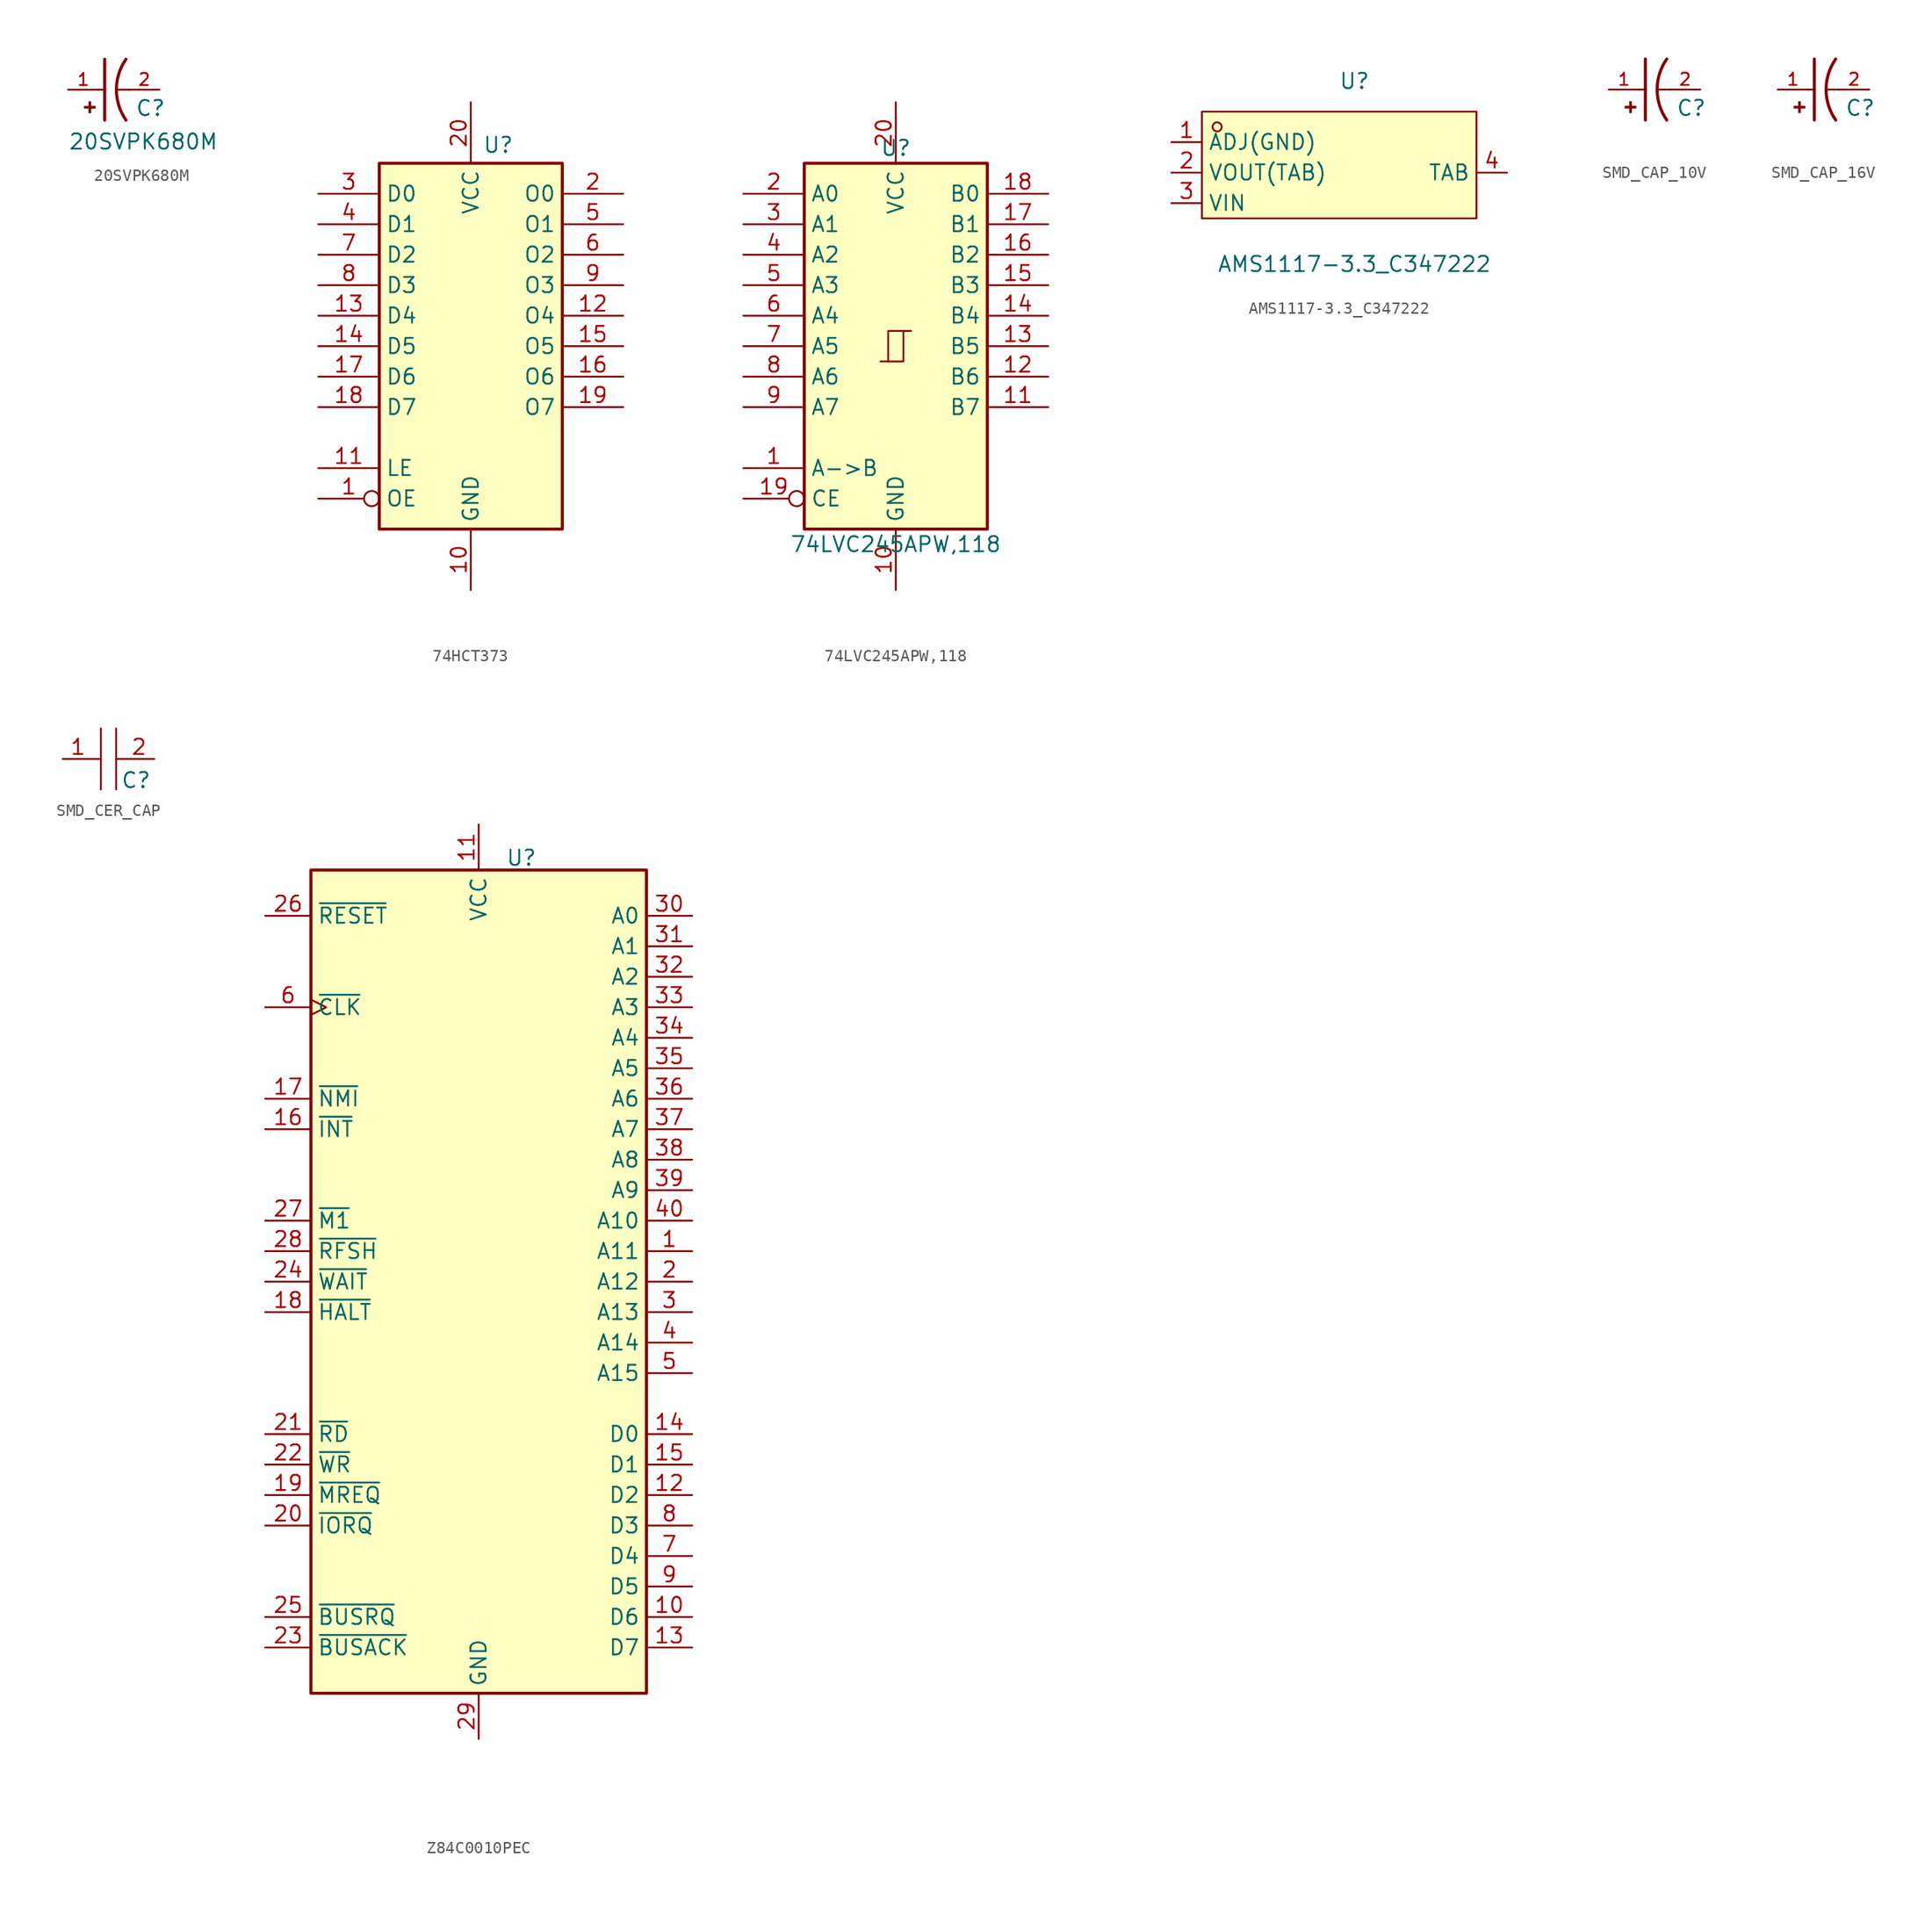
<source format=kicad_sym>
(kicad_symbol_lib
  (version 20231120)
  (generator "kicad_symbol_editor")
  (generator_version "8.0")
  (symbol "20SVPK680M"
    (pin_names
      (offset 1.016))
    (property "Reference" "C"
      (at 3.048 -2.286 0)
      (effects (font (size 1.27 1.27)) (justify left bottom)))
    (property "Value" "20SVPK680M"
      (at -2.54 -5.08 0)
      (effects (font (size 1.27 1.27)) (justify left bottom)))
    (symbol "20SVPK680M_0_0"
      (rectangle (start -1.173 -1.532) (end -0.284 -1.405) (stroke (width 0.1) (type default)) (fill (type outline)))
      (rectangle (start -0.792 -1.913) (end -0.665 -1.024) (stroke (width 0.1) (type default)) (fill (type outline)))
      (polyline (pts (xy 0 0) (xy 0.508 0)) (stroke (width 0.152) (type default)) (fill (type none)))
      (polyline (pts (xy 0.508 0) (xy 0.508 -2.54)) (stroke (width 0.254) (type default)) (fill (type none)))
      (polyline (pts (xy 0.508 2.54) (xy 0.508 0)) (stroke (width 0.254) (type default)) (fill (type none)))
      (polyline (pts (xy 2.54 0) (xy 1.524 0)) (stroke (width 0.152) (type default)) (fill (type none)))
      (arc (start 2.286 2.54) (mid 1.4851 0) (end 2.286 -2.54) (stroke (width 0.254) (type default)) (fill (type none)))
      (pin passive line (at -2.54 0 0) (length 2.54) (name "~" (effects (font (size 1.016 1.016)))) (number "1" (effects (font (size 1.016 1.016)))))
      (pin passive line (at 5.08 0 180) (length 2.54) (name "~" (effects (font (size 1.016 1.016)))) (number "2" (effects (font (size 1.016 1.016)))))))
  (symbol "74HCT373"
    (property "Reference" "U"
      (at 2.286 16.764 0)
      (effects (font (size 1.27 1.27))))
    (property "Value" ""
      (at 0 0 0)
      (effects (font (size 1.27 1.27))))
    (symbol "74HCT373_1_0"
      (pin input inverted (at -12.7 -12.7 0) (length 5.08) (name "OE" (effects (font (size 1.27 1.27)))) (number "1" (effects (font (size 1.27 1.27)))))
      (pin power_in line (at 0 -20.32 90) (length 5.08) (name "GND" (effects (font (size 1.27 1.27)))) (number "10" (effects (font (size 1.27 1.27)))))
      (pin input line (at -12.7 -10.16 0) (length 5.08) (name "LE" (effects (font (size 1.27 1.27)))) (number "11" (effects (font (size 1.27 1.27)))))
      (pin tri_state line (at 12.7 2.54 180) (length 5.08) (name "O4" (effects (font (size 1.27 1.27)))) (number "12" (effects (font (size 1.27 1.27)))))
      (pin input line (at -12.7 2.54 0) (length 5.08) (name "D4" (effects (font (size 1.27 1.27)))) (number "13" (effects (font (size 1.27 1.27)))))
      (pin input line (at -12.7 0 0) (length 5.08) (name "D5" (effects (font (size 1.27 1.27)))) (number "14" (effects (font (size 1.27 1.27)))))
      (pin tri_state line (at 12.7 0 180) (length 5.08) (name "O5" (effects (font (size 1.27 1.27)))) (number "15" (effects (font (size 1.27 1.27)))))
      (pin tri_state line (at 12.7 -2.54 180) (length 5.08) (name "O6" (effects (font (size 1.27 1.27)))) (number "16" (effects (font (size 1.27 1.27)))))
      (pin input line (at -12.7 -2.54 0) (length 5.08) (name "D6" (effects (font (size 1.27 1.27)))) (number "17" (effects (font (size 1.27 1.27)))))
      (pin input line (at -12.7 -5.08 0) (length 5.08) (name "D7" (effects (font (size 1.27 1.27)))) (number "18" (effects (font (size 1.27 1.27)))))
      (pin tri_state line (at 12.7 -5.08 180) (length 5.08) (name "O7" (effects (font (size 1.27 1.27)))) (number "19" (effects (font (size 1.27 1.27)))))
      (pin tri_state line (at 12.7 12.7 180) (length 5.08) (name "O0" (effects (font (size 1.27 1.27)))) (number "2" (effects (font (size 1.27 1.27)))))
      (pin power_in line (at 0 20.32 270) (length 5.08) (name "VCC" (effects (font (size 1.27 1.27)))) (number "20" (effects (font (size 1.27 1.27)))))
      (pin input line (at -12.7 12.7 0) (length 5.08) (name "D0" (effects (font (size 1.27 1.27)))) (number "3" (effects (font (size 1.27 1.27)))))
      (pin input line (at -12.7 10.16 0) (length 5.08) (name "D1" (effects (font (size 1.27 1.27)))) (number "4" (effects (font (size 1.27 1.27)))))
      (pin tri_state line (at 12.7 10.16 180) (length 5.08) (name "O1" (effects (font (size 1.27 1.27)))) (number "5" (effects (font (size 1.27 1.27)))))
      (pin tri_state line (at 12.7 7.62 180) (length 5.08) (name "O2" (effects (font (size 1.27 1.27)))) (number "6" (effects (font (size 1.27 1.27)))))
      (pin input line (at -12.7 7.62 0) (length 5.08) (name "D2" (effects (font (size 1.27 1.27)))) (number "7" (effects (font (size 1.27 1.27)))))
      (pin input line (at -12.7 5.08 0) (length 5.08) (name "D3" (effects (font (size 1.27 1.27)))) (number "8" (effects (font (size 1.27 1.27)))))
      (pin tri_state line (at 12.7 5.08 180) (length 5.08) (name "O3" (effects (font (size 1.27 1.27)))) (number "9" (effects (font (size 1.27 1.27))))))
    (symbol "74HCT373_1_1"
      (rectangle (start -7.62 15.24) (end 7.62 -15.24) (stroke (width 0.254) (type default)) (fill (type background)))))
  (symbol "74LVC245APW,118"
    (property "Reference" "U"
      (at 0 16.51 0)
      (effects (font (size 1.27 1.27))))
    (property "Value" "74LVC245APW,118"
      (at 0 -16.51 0)
      (effects (font (size 1.27 1.27))))
    (symbol "74LVC245APW,118_1_0"
      (polyline (pts (xy -0.635 -1.27) (xy -0.635 1.27) (xy 0.635 1.27)) (stroke (width 0) (type default)) (fill (type none)))
      (polyline (pts (xy -1.27 -1.27) (xy 0.635 -1.27) (xy 0.635 1.27) (xy 1.27 1.27)) (stroke (width 0) (type default)) (fill (type none)))
      (pin input line (at -12.7 -10.16 0) (length 5.08) (name "A->B" (effects (font (size 1.27 1.27)))) (number "1" (effects (font (size 1.27 1.27)))))
      (pin power_in line (at 0 -20.32 90) (length 5.08) (name "GND" (effects (font (size 1.27 1.27)))) (number "10" (effects (font (size 1.27 1.27)))))
      (pin tri_state line (at 12.7 -5.08 180) (length 5.08) (name "B7" (effects (font (size 1.27 1.27)))) (number "11" (effects (font (size 1.27 1.27)))))
      (pin tri_state line (at 12.7 -2.54 180) (length 5.08) (name "B6" (effects (font (size 1.27 1.27)))) (number "12" (effects (font (size 1.27 1.27)))))
      (pin tri_state line (at 12.7 0 180) (length 5.08) (name "B5" (effects (font (size 1.27 1.27)))) (number "13" (effects (font (size 1.27 1.27)))))
      (pin tri_state line (at 12.7 2.54 180) (length 5.08) (name "B4" (effects (font (size 1.27 1.27)))) (number "14" (effects (font (size 1.27 1.27)))))
      (pin tri_state line (at 12.7 5.08 180) (length 5.08) (name "B3" (effects (font (size 1.27 1.27)))) (number "15" (effects (font (size 1.27 1.27)))))
      (pin tri_state line (at 12.7 7.62 180) (length 5.08) (name "B2" (effects (font (size 1.27 1.27)))) (number "16" (effects (font (size 1.27 1.27)))))
      (pin tri_state line (at 12.7 10.16 180) (length 5.08) (name "B1" (effects (font (size 1.27 1.27)))) (number "17" (effects (font (size 1.27 1.27)))))
      (pin tri_state line (at 12.7 12.7 180) (length 5.08) (name "B0" (effects (font (size 1.27 1.27)))) (number "18" (effects (font (size 1.27 1.27)))))
      (pin input inverted (at -12.7 -12.7 0) (length 5.08) (name "CE" (effects (font (size 1.27 1.27)))) (number "19" (effects (font (size 1.27 1.27)))))
      (pin tri_state line (at -12.7 12.7 0) (length 5.08) (name "A0" (effects (font (size 1.27 1.27)))) (number "2" (effects (font (size 1.27 1.27)))))
      (pin power_in line (at 0 20.32 270) (length 5.08) (name "VCC" (effects (font (size 1.27 1.27)))) (number "20" (effects (font (size 1.27 1.27)))))
      (pin tri_state line (at -12.7 10.16 0) (length 5.08) (name "A1" (effects (font (size 1.27 1.27)))) (number "3" (effects (font (size 1.27 1.27)))))
      (pin tri_state line (at -12.7 7.62 0) (length 5.08) (name "A2" (effects (font (size 1.27 1.27)))) (number "4" (effects (font (size 1.27 1.27)))))
      (pin tri_state line (at -12.7 5.08 0) (length 5.08) (name "A3" (effects (font (size 1.27 1.27)))) (number "5" (effects (font (size 1.27 1.27)))))
      (pin tri_state line (at -12.7 2.54 0) (length 5.08) (name "A4" (effects (font (size 1.27 1.27)))) (number "6" (effects (font (size 1.27 1.27)))))
      (pin tri_state line (at -12.7 0 0) (length 5.08) (name "A5" (effects (font (size 1.27 1.27)))) (number "7" (effects (font (size 1.27 1.27)))))
      (pin tri_state line (at -12.7 -2.54 0) (length 5.08) (name "A6" (effects (font (size 1.27 1.27)))) (number "8" (effects (font (size 1.27 1.27)))))
      (pin tri_state line (at -12.7 -5.08 0) (length 5.08) (name "A7" (effects (font (size 1.27 1.27)))) (number "9" (effects (font (size 1.27 1.27))))))
    (symbol "74LVC245APW,118_1_1"
      (rectangle (start -7.62 15.24) (end 7.62 -15.24) (stroke (width 0.254) (type default)) (fill (type background)))))
  (symbol "AMS1117-3.3_C347222"
    (property "Reference" "U"
      (at 0 7.62 0)
      (effects (font (size 1.27 1.27))))
    (property "Value" "AMS1117-3.3_C347222"
      (at 0 -7.62 0)
      (effects (font (size 1.27 1.27))))
    (symbol "AMS1117-3.3_C347222_0_1"
      (rectangle (start -12.7 5.08) (end 10.16 -3.81) (stroke (width 0) (type default)) (fill (type background)))
      (circle (center -11.43 3.81) (radius 0.38) (stroke (width 0) (type default)) (fill (type none)))
      (pin unspecified line (at -15.24 2.54 0) (length 2.54) (name "ADJ(GND)" (effects (font (size 1.27 1.27)))) (number "1" (effects (font (size 1.27 1.27)))))
      (pin unspecified line (at -15.24 0 0) (length 2.54) (name "VOUT(TAB)" (effects (font (size 1.27 1.27)))) (number "2" (effects (font (size 1.27 1.27)))))
      (pin unspecified line (at -15.24 -2.54 0) (length 2.54) (name "VIN" (effects (font (size 1.27 1.27)))) (number "3" (effects (font (size 1.27 1.27)))))
      (pin unspecified line (at 12.7 0 180) (length 2.54) (name "TAB" (effects (font (size 1.27 1.27)))) (number "4" (effects (font (size 1.27 1.27)))))))
  (symbol "SMD_CAP_10V"
    (pin_names
      (offset 1.016))
    (property "Reference" "C"
      (at 3.048 -2.286 0)
      (effects (font (size 1.27 1.27)) (justify left bottom)))
    (property "Value" ""
      (at -2.54 -5.08 0)
      (effects (font (size 1.27 1.27)) (justify left bottom)))
    (symbol "SMD_CAP_10V_0_0"
      (rectangle (start -1.173 -1.532) (end -0.284 -1.405) (stroke (width 0.1) (type default)) (fill (type outline)))
      (rectangle (start -0.792 -1.913) (end -0.665 -1.024) (stroke (width 0.1) (type default)) (fill (type outline)))
      (polyline (pts (xy 0 0) (xy 0.508 0)) (stroke (width 0.152) (type default)) (fill (type none)))
      (polyline (pts (xy 0.508 0) (xy 0.508 -2.54)) (stroke (width 0.254) (type default)) (fill (type none)))
      (polyline (pts (xy 0.508 2.54) (xy 0.508 0)) (stroke (width 0.254) (type default)) (fill (type none)))
      (polyline (pts (xy 2.54 0) (xy 1.524 0)) (stroke (width 0.152) (type default)) (fill (type none)))
      (arc (start 2.286 2.54) (mid 1.4851 0) (end 2.286 -2.54) (stroke (width 0.254) (type default)) (fill (type none)))
      (pin passive line (at 5.08 0 180) (length 2.54) (name "~" (effects (font (size 1.016 1.016)))) (number "2" (effects (font (size 1.016 1.016))))))
    (symbol "SMD_CAP_10V_1_0"
      (pin passive line (at -2.54 0 0) (length 2.54) (name "" (effects (font (size 1.016 1.016)))) (number "1" (effects (font (size 1.016 1.016)))))))
  (symbol "SMD_CAP_16V"
    (pin_names
      (offset 1.016))
    (property "Reference" "C"
      (at 3.048 -2.286 0)
      (effects (font (size 1.27 1.27)) (justify left bottom)))
    (property "Value" ""
      (at -2.54 -5.08 0)
      (effects (font (size 1.27 1.27)) (justify left bottom)))
    (symbol "SMD_CAP_16V_0_0"
      (rectangle (start -1.173 -1.532) (end -0.284 -1.405) (stroke (width 0.1) (type default)) (fill (type outline)))
      (rectangle (start -0.792 -1.913) (end -0.665 -1.024) (stroke (width 0.1) (type default)) (fill (type outline)))
      (polyline (pts (xy 0 0) (xy 0.508 0)) (stroke (width 0.152) (type default)) (fill (type none)))
      (polyline (pts (xy 0.508 0) (xy 0.508 -2.54)) (stroke (width 0.254) (type default)) (fill (type none)))
      (polyline (pts (xy 0.508 2.54) (xy 0.508 0)) (stroke (width 0.254) (type default)) (fill (type none)))
      (polyline (pts (xy 2.54 0) (xy 1.524 0)) (stroke (width 0.152) (type default)) (fill (type none)))
      (arc (start 2.286 2.54) (mid 1.4851 0) (end 2.286 -2.54) (stroke (width 0.254) (type default)) (fill (type none)))
      (pin passive line (at 5.08 0 180) (length 2.54) (name "~" (effects (font (size 1.016 1.016)))) (number "2" (effects (font (size 1.016 1.016))))))
    (symbol "SMD_CAP_16V_1_0"
      (pin passive line (at -2.54 0 0) (length 2.54) (name "" (effects (font (size 1.016 1.016)))) (number "1" (effects (font (size 1.016 1.016)))))))
  (symbol "SMD_CER_CAP"
    (property "Reference" "C"
      (at 1.016 -1.778 0)
      (effects (font (size 1.27 1.27))))
    (property "Value" ""
      (at -1.27 0 0)
      (effects (font (size 1.27 1.27))))
    (symbol "SMD_CER_CAP_0_0"
      (pin unspecified line (at -5.08 0 0) (length 2.54) (name "" (effects (font (size 1.27 1.27)))) (number "1" (effects (font (size 1.27 1.27)))))
      (pin unspecified line (at 2.54 0 180) (length 2.54) (name "" (effects (font (size 1.27 1.27)))) (number "2" (effects (font (size 1.27 1.27))))))
    (symbol "SMD_CER_CAP_0_1"
      (polyline (pts (xy -2.54 0) (xy -1.905 0)) (stroke (width 0) (type default)) (fill (type none)))
      (polyline (pts (xy -1.905 -2.54) (xy -1.905 2.54)) (stroke (width 0) (type default)) (fill (type none)))
      (polyline (pts (xy -0.635 -2.54) (xy -0.635 2.54)) (stroke (width 0) (type default)) (fill (type none)))
      (polyline (pts (xy -0.635 0) (xy 0 0)) (stroke (width 0) (type default)) (fill (type none)))))
  (symbol "Z84C0010PEC"
    (property "Reference" "U"
      (at 3.556 35.306 0)
      (effects (font (size 1.27 1.27))))
    (property "Value" ""
      (at -0.508 38.608 0)
      (effects (font (size 1.27 1.27))))
    (symbol "Z84C0010PEC_0_1"
      (rectangle (start -13.97 34.29) (end 13.97 -34.29) (stroke (width 0.254) (type default)) (fill (type background))))
    (symbol "Z84C0010PEC_1_1"
      (pin output line (at 17.78 2.54 180) (length 3.81) (name "A11" (effects (font (size 1.27 1.27)))) (number "1" (effects (font (size 1.27 1.27)))))
      (pin bidirectional line (at 17.78 -27.94 180) (length 3.81) (name "D6" (effects (font (size 1.27 1.27)))) (number "10" (effects (font (size 1.27 1.27)))))
      (pin power_in line (at 0 38.1 270) (length 3.81) (name "VCC" (effects (font (size 1.27 1.27)))) (number "11" (effects (font (size 1.27 1.27)))))
      (pin bidirectional line (at 17.78 -17.78 180) (length 3.81) (name "D2" (effects (font (size 1.27 1.27)))) (number "12" (effects (font (size 1.27 1.27)))))
      (pin bidirectional line (at 17.78 -30.48 180) (length 3.81) (name "D7" (effects (font (size 1.27 1.27)))) (number "13" (effects (font (size 1.27 1.27)))))
      (pin bidirectional line (at 17.78 -12.7 180) (length 3.81) (name "D0" (effects (font (size 1.27 1.27)))) (number "14" (effects (font (size 1.27 1.27)))))
      (pin bidirectional line (at 17.78 -15.24 180) (length 3.81) (name "D1" (effects (font (size 1.27 1.27)))) (number "15" (effects (font (size 1.27 1.27)))))
      (pin input line (at -17.78 12.7 0) (length 3.81) (name "~{INT}" (effects (font (size 1.27 1.27)))) (number "16" (effects (font (size 1.27 1.27)))))
      (pin input line (at -17.78 15.24 0) (length 3.81) (name "~{NMI}" (effects (font (size 1.27 1.27)))) (number "17" (effects (font (size 1.27 1.27)))))
      (pin output line (at -17.78 -2.54 0) (length 3.81) (name "~{HALT}" (effects (font (size 1.27 1.27)))) (number "18" (effects (font (size 1.27 1.27)))))
      (pin output line (at -17.78 -17.78 0) (length 3.81) (name "~{MREQ}" (effects (font (size 1.27 1.27)))) (number "19" (effects (font (size 1.27 1.27)))))
      (pin output line (at 17.78 0 180) (length 3.81) (name "A12" (effects (font (size 1.27 1.27)))) (number "2" (effects (font (size 1.27 1.27)))))
      (pin output line (at -17.78 -20.32 0) (length 3.81) (name "~{IORQ}" (effects (font (size 1.27 1.27)))) (number "20" (effects (font (size 1.27 1.27)))))
      (pin output line (at -17.78 -12.7 0) (length 3.81) (name "~{RD}" (effects (font (size 1.27 1.27)))) (number "21" (effects (font (size 1.27 1.27)))))
      (pin output line (at -17.78 -15.24 0) (length 3.81) (name "~{WR}" (effects (font (size 1.27 1.27)))) (number "22" (effects (font (size 1.27 1.27)))))
      (pin output line (at -17.78 -30.48 0) (length 3.81) (name "~{BUSACK}" (effects (font (size 1.27 1.27)))) (number "23" (effects (font (size 1.27 1.27)))))
      (pin input line (at -17.78 0 0) (length 3.81) (name "~{WAIT}" (effects (font (size 1.27 1.27)))) (number "24" (effects (font (size 1.27 1.27)))))
      (pin input line (at -17.78 -27.94 0) (length 3.81) (name "~{BUSRQ}" (effects (font (size 1.27 1.27)))) (number "25" (effects (font (size 1.27 1.27)))))
      (pin input line (at -17.78 30.48 0) (length 3.81) (name "~{RESET}" (effects (font (size 1.27 1.27)))) (number "26" (effects (font (size 1.27 1.27)))))
      (pin output line (at -17.78 5.08 0) (length 3.81) (name "~{M1}" (effects (font (size 1.27 1.27)))) (number "27" (effects (font (size 1.27 1.27)))))
      (pin output line (at -17.78 2.54 0) (length 3.81) (name "~{RFSH}" (effects (font (size 1.27 1.27)))) (number "28" (effects (font (size 1.27 1.27)))))
      (pin power_in line (at 0 -38.1 90) (length 3.81) (name "GND" (effects (font (size 1.27 1.27)))) (number "29" (effects (font (size 1.27 1.27)))))
      (pin output line (at 17.78 -2.54 180) (length 3.81) (name "A13" (effects (font (size 1.27 1.27)))) (number "3" (effects (font (size 1.27 1.27)))))
      (pin output line (at 17.78 30.48 180) (length 3.81) (name "A0" (effects (font (size 1.27 1.27)))) (number "30" (effects (font (size 1.27 1.27)))))
      (pin output line (at 17.78 27.94 180) (length 3.81) (name "A1" (effects (font (size 1.27 1.27)))) (number "31" (effects (font (size 1.27 1.27)))))
      (pin output line (at 17.78 25.4 180) (length 3.81) (name "A2" (effects (font (size 1.27 1.27)))) (number "32" (effects (font (size 1.27 1.27)))))
      (pin output line (at 17.78 22.86 180) (length 3.81) (name "A3" (effects (font (size 1.27 1.27)))) (number "33" (effects (font (size 1.27 1.27)))))
      (pin output line (at 17.78 20.32 180) (length 3.81) (name "A4" (effects (font (size 1.27 1.27)))) (number "34" (effects (font (size 1.27 1.27)))))
      (pin output line (at 17.78 17.78 180) (length 3.81) (name "A5" (effects (font (size 1.27 1.27)))) (number "35" (effects (font (size 1.27 1.27)))))
      (pin output line (at 17.78 15.24 180) (length 3.81) (name "A6" (effects (font (size 1.27 1.27)))) (number "36" (effects (font (size 1.27 1.27)))))
      (pin output line (at 17.78 12.7 180) (length 3.81) (name "A7" (effects (font (size 1.27 1.27)))) (number "37" (effects (font (size 1.27 1.27)))))
      (pin output line (at 17.78 10.16 180) (length 3.81) (name "A8" (effects (font (size 1.27 1.27)))) (number "38" (effects (font (size 1.27 1.27)))))
      (pin output line (at 17.78 7.62 180) (length 3.81) (name "A9" (effects (font (size 1.27 1.27)))) (number "39" (effects (font (size 1.27 1.27)))))
      (pin output line (at 17.78 -5.08 180) (length 3.81) (name "A14" (effects (font (size 1.27 1.27)))) (number "4" (effects (font (size 1.27 1.27)))))
      (pin output line (at 17.78 5.08 180) (length 3.81) (name "A10" (effects (font (size 1.27 1.27)))) (number "40" (effects (font (size 1.27 1.27)))))
      (pin output line (at 17.78 -7.62 180) (length 3.81) (name "A15" (effects (font (size 1.27 1.27)))) (number "5" (effects (font (size 1.27 1.27)))))
      (pin input clock (at -17.78 22.86 0) (length 3.81) (name "~{CLK}" (effects (font (size 1.27 1.27)))) (number "6" (effects (font (size 1.27 1.27)))))
      (pin bidirectional line (at 17.78 -22.86 180) (length 3.81) (name "D4" (effects (font (size 1.27 1.27)))) (number "7" (effects (font (size 1.27 1.27)))))
      (pin bidirectional line (at 17.78 -20.32 180) (length 3.81) (name "D3" (effects (font (size 1.27 1.27)))) (number "8" (effects (font (size 1.27 1.27)))))
      (pin bidirectional line (at 17.78 -25.4 180) (length 3.81) (name "D5" (effects (font (size 1.27 1.27)))) (number "9" (effects (font (size 1.27 1.27))))))))
</source>
